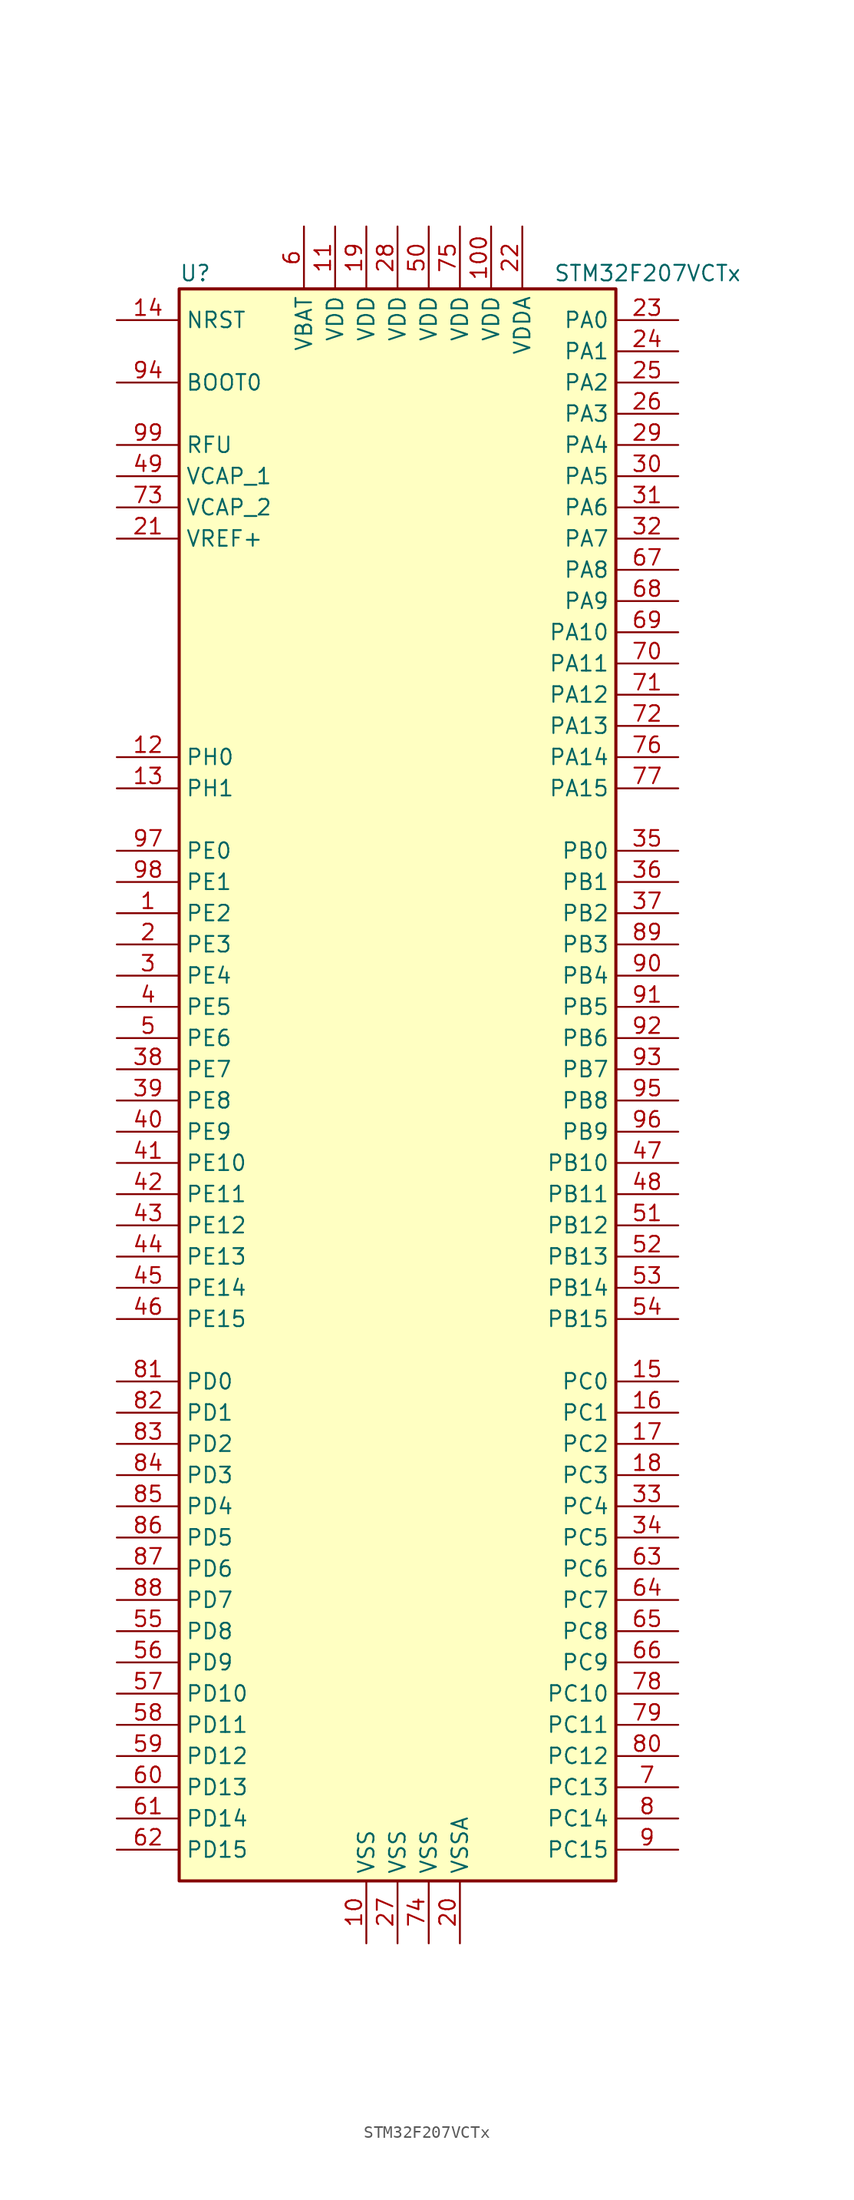
<source format=kicad_sym>
(kicad_symbol_lib
  (version 20201005)
  (generator kicad_symbol_editor)
  (symbol "STM32F207VCTx"
    (property "Reference" "U"
      (at -17.78 64.77 0)
      (effects (font (size 1.27 1.27)) (justify left)))
    (property "Value" "STM32F207VCTx"
      (at 12.7 64.77 0)
      (effects (font (size 1.27 1.27)) (justify left)))
    (symbol "STM32F207VCTx_0_1"
      (rectangle (start -17.78 -66.04) (end 17.78 63.5) (stroke (width 0.254)) (fill (type background))))
    (symbol "STM32F207VCTx_1_1"
      (pin input line (at -22.86 55.88 0) (length 5.08) (name "BOOT0" (effects (font (size 1.27 1.27)))) (number "94" (effects (font (size 1.27 1.27)))))
      (pin input line (at -22.86 60.96 0) (length 5.08) (name "NRST" (effects (font (size 1.27 1.27)))) (number "14" (effects (font (size 1.27 1.27)))))
      (pin bidirectional line (at 22.86 60.96 180) (length 5.08) (name "PA0" (effects (font (size 1.27 1.27)))) (number "23" (effects (font (size 1.27 1.27)))))
      (pin bidirectional line (at 22.86 58.42 180) (length 5.08) (name "PA1" (effects (font (size 1.27 1.27)))) (number "24" (effects (font (size 1.27 1.27)))))
      (pin bidirectional line (at 22.86 35.56 180) (length 5.08) (name "PA10" (effects (font (size 1.27 1.27)))) (number "69" (effects (font (size 1.27 1.27)))))
      (pin bidirectional line (at 22.86 33.02 180) (length 5.08) (name "PA11" (effects (font (size 1.27 1.27)))) (number "70" (effects (font (size 1.27 1.27)))))
      (pin bidirectional line (at 22.86 30.48 180) (length 5.08) (name "PA12" (effects (font (size 1.27 1.27)))) (number "71" (effects (font (size 1.27 1.27)))))
      (pin bidirectional line (at 22.86 27.94 180) (length 5.08) (name "PA13" (effects (font (size 1.27 1.27)))) (number "72" (effects (font (size 1.27 1.27)))))
      (pin bidirectional line (at 22.86 25.4 180) (length 5.08) (name "PA14" (effects (font (size 1.27 1.27)))) (number "76" (effects (font (size 1.27 1.27)))))
      (pin bidirectional line (at 22.86 22.86 180) (length 5.08) (name "PA15" (effects (font (size 1.27 1.27)))) (number "77" (effects (font (size 1.27 1.27)))))
      (pin bidirectional line (at 22.86 55.88 180) (length 5.08) (name "PA2" (effects (font (size 1.27 1.27)))) (number "25" (effects (font (size 1.27 1.27)))))
      (pin bidirectional line (at 22.86 53.34 180) (length 5.08) (name "PA3" (effects (font (size 1.27 1.27)))) (number "26" (effects (font (size 1.27 1.27)))))
      (pin bidirectional line (at 22.86 50.8 180) (length 5.08) (name "PA4" (effects (font (size 1.27 1.27)))) (number "29" (effects (font (size 1.27 1.27)))))
      (pin bidirectional line (at 22.86 48.26 180) (length 5.08) (name "PA5" (effects (font (size 1.27 1.27)))) (number "30" (effects (font (size 1.27 1.27)))))
      (pin bidirectional line (at 22.86 45.72 180) (length 5.08) (name "PA6" (effects (font (size 1.27 1.27)))) (number "31" (effects (font (size 1.27 1.27)))))
      (pin bidirectional line (at 22.86 43.18 180) (length 5.08) (name "PA7" (effects (font (size 1.27 1.27)))) (number "32" (effects (font (size 1.27 1.27)))))
      (pin bidirectional line (at 22.86 40.64 180) (length 5.08) (name "PA8" (effects (font (size 1.27 1.27)))) (number "67" (effects (font (size 1.27 1.27)))))
      (pin bidirectional line (at 22.86 38.1 180) (length 5.08) (name "PA9" (effects (font (size 1.27 1.27)))) (number "68" (effects (font (size 1.27 1.27)))))
      (pin bidirectional line (at 22.86 17.78 180) (length 5.08) (name "PB0" (effects (font (size 1.27 1.27)))) (number "35" (effects (font (size 1.27 1.27)))))
      (pin bidirectional line (at 22.86 15.24 180) (length 5.08) (name "PB1" (effects (font (size 1.27 1.27)))) (number "36" (effects (font (size 1.27 1.27)))))
      (pin bidirectional line (at 22.86 -7.62 180) (length 5.08) (name "PB10" (effects (font (size 1.27 1.27)))) (number "47" (effects (font (size 1.27 1.27)))))
      (pin bidirectional line (at 22.86 -10.16 180) (length 5.08) (name "PB11" (effects (font (size 1.27 1.27)))) (number "48" (effects (font (size 1.27 1.27)))))
      (pin bidirectional line (at 22.86 -12.7 180) (length 5.08) (name "PB12" (effects (font (size 1.27 1.27)))) (number "51" (effects (font (size 1.27 1.27)))))
      (pin bidirectional line (at 22.86 -15.24 180) (length 5.08) (name "PB13" (effects (font (size 1.27 1.27)))) (number "52" (effects (font (size 1.27 1.27)))))
      (pin bidirectional line (at 22.86 -17.78 180) (length 5.08) (name "PB14" (effects (font (size 1.27 1.27)))) (number "53" (effects (font (size 1.27 1.27)))))
      (pin bidirectional line (at 22.86 -20.32 180) (length 5.08) (name "PB15" (effects (font (size 1.27 1.27)))) (number "54" (effects (font (size 1.27 1.27)))))
      (pin bidirectional line (at 22.86 12.7 180) (length 5.08) (name "PB2" (effects (font (size 1.27 1.27)))) (number "37" (effects (font (size 1.27 1.27)))))
      (pin bidirectional line (at 22.86 10.16 180) (length 5.08) (name "PB3" (effects (font (size 1.27 1.27)))) (number "89" (effects (font (size 1.27 1.27)))))
      (pin bidirectional line (at 22.86 7.62 180) (length 5.08) (name "PB4" (effects (font (size 1.27 1.27)))) (number "90" (effects (font (size 1.27 1.27)))))
      (pin bidirectional line (at 22.86 5.08 180) (length 5.08) (name "PB5" (effects (font (size 1.27 1.27)))) (number "91" (effects (font (size 1.27 1.27)))))
      (pin bidirectional line (at 22.86 2.54 180) (length 5.08) (name "PB6" (effects (font (size 1.27 1.27)))) (number "92" (effects (font (size 1.27 1.27)))))
      (pin bidirectional line (at 22.86 0 180) (length 5.08) (name "PB7" (effects (font (size 1.27 1.27)))) (number "93" (effects (font (size 1.27 1.27)))))
      (pin bidirectional line (at 22.86 -2.54 180) (length 5.08) (name "PB8" (effects (font (size 1.27 1.27)))) (number "95" (effects (font (size 1.27 1.27)))))
      (pin bidirectional line (at 22.86 -5.08 180) (length 5.08) (name "PB9" (effects (font (size 1.27 1.27)))) (number "96" (effects (font (size 1.27 1.27)))))
      (pin bidirectional line (at 22.86 -25.4 180) (length 5.08) (name "PC0" (effects (font (size 1.27 1.27)))) (number "15" (effects (font (size 1.27 1.27)))))
      (pin bidirectional line (at 22.86 -27.94 180) (length 5.08) (name "PC1" (effects (font (size 1.27 1.27)))) (number "16" (effects (font (size 1.27 1.27)))))
      (pin bidirectional line (at 22.86 -50.8 180) (length 5.08) (name "PC10" (effects (font (size 1.27 1.27)))) (number "78" (effects (font (size 1.27 1.27)))))
      (pin bidirectional line (at 22.86 -53.34 180) (length 5.08) (name "PC11" (effects (font (size 1.27 1.27)))) (number "79" (effects (font (size 1.27 1.27)))))
      (pin bidirectional line (at 22.86 -55.88 180) (length 5.08) (name "PC12" (effects (font (size 1.27 1.27)))) (number "80" (effects (font (size 1.27 1.27)))))
      (pin bidirectional line (at 22.86 -58.42 180) (length 5.08) (name "PC13" (effects (font (size 1.27 1.27)))) (number "7" (effects (font (size 1.27 1.27)))))
      (pin bidirectional line (at 22.86 -60.96 180) (length 5.08) (name "PC14" (effects (font (size 1.27 1.27)))) (number "8" (effects (font (size 1.27 1.27)))))
      (pin bidirectional line (at 22.86 -63.5 180) (length 5.08) (name "PC15" (effects (font (size 1.27 1.27)))) (number "9" (effects (font (size 1.27 1.27)))))
      (pin bidirectional line (at 22.86 -30.48 180) (length 5.08) (name "PC2" (effects (font (size 1.27 1.27)))) (number "17" (effects (font (size 1.27 1.27)))))
      (pin bidirectional line (at 22.86 -33.02 180) (length 5.08) (name "PC3" (effects (font (size 1.27 1.27)))) (number "18" (effects (font (size 1.27 1.27)))))
      (pin bidirectional line (at 22.86 -35.56 180) (length 5.08) (name "PC4" (effects (font (size 1.27 1.27)))) (number "33" (effects (font (size 1.27 1.27)))))
      (pin bidirectional line (at 22.86 -38.1 180) (length 5.08) (name "PC5" (effects (font (size 1.27 1.27)))) (number "34" (effects (font (size 1.27 1.27)))))
      (pin bidirectional line (at 22.86 -40.64 180) (length 5.08) (name "PC6" (effects (font (size 1.27 1.27)))) (number "63" (effects (font (size 1.27 1.27)))))
      (pin bidirectional line (at 22.86 -43.18 180) (length 5.08) (name "PC7" (effects (font (size 1.27 1.27)))) (number "64" (effects (font (size 1.27 1.27)))))
      (pin bidirectional line (at 22.86 -45.72 180) (length 5.08) (name "PC8" (effects (font (size 1.27 1.27)))) (number "65" (effects (font (size 1.27 1.27)))))
      (pin bidirectional line (at 22.86 -48.26 180) (length 5.08) (name "PC9" (effects (font (size 1.27 1.27)))) (number "66" (effects (font (size 1.27 1.27)))))
      (pin bidirectional line (at -22.86 -25.4 0) (length 5.08) (name "PD0" (effects (font (size 1.27 1.27)))) (number "81" (effects (font (size 1.27 1.27)))))
      (pin bidirectional line (at -22.86 -27.94 0) (length 5.08) (name "PD1" (effects (font (size 1.27 1.27)))) (number "82" (effects (font (size 1.27 1.27)))))
      (pin bidirectional line (at -22.86 -50.8 0) (length 5.08) (name "PD10" (effects (font (size 1.27 1.27)))) (number "57" (effects (font (size 1.27 1.27)))))
      (pin bidirectional line (at -22.86 -53.34 0) (length 5.08) (name "PD11" (effects (font (size 1.27 1.27)))) (number "58" (effects (font (size 1.27 1.27)))))
      (pin bidirectional line (at -22.86 -55.88 0) (length 5.08) (name "PD12" (effects (font (size 1.27 1.27)))) (number "59" (effects (font (size 1.27 1.27)))))
      (pin bidirectional line (at -22.86 -58.42 0) (length 5.08) (name "PD13" (effects (font (size 1.27 1.27)))) (number "60" (effects (font (size 1.27 1.27)))))
      (pin bidirectional line (at -22.86 -60.96 0) (length 5.08) (name "PD14" (effects (font (size 1.27 1.27)))) (number "61" (effects (font (size 1.27 1.27)))))
      (pin bidirectional line (at -22.86 -63.5 0) (length 5.08) (name "PD15" (effects (font (size 1.27 1.27)))) (number "62" (effects (font (size 1.27 1.27)))))
      (pin bidirectional line (at -22.86 -30.48 0) (length 5.08) (name "PD2" (effects (font (size 1.27 1.27)))) (number "83" (effects (font (size 1.27 1.27)))))
      (pin bidirectional line (at -22.86 -33.02 0) (length 5.08) (name "PD3" (effects (font (size 1.27 1.27)))) (number "84" (effects (font (size 1.27 1.27)))))
      (pin bidirectional line (at -22.86 -35.56 0) (length 5.08) (name "PD4" (effects (font (size 1.27 1.27)))) (number "85" (effects (font (size 1.27 1.27)))))
      (pin bidirectional line (at -22.86 -38.1 0) (length 5.08) (name "PD5" (effects (font (size 1.27 1.27)))) (number "86" (effects (font (size 1.27 1.27)))))
      (pin bidirectional line (at -22.86 -40.64 0) (length 5.08) (name "PD6" (effects (font (size 1.27 1.27)))) (number "87" (effects (font (size 1.27 1.27)))))
      (pin bidirectional line (at -22.86 -43.18 0) (length 5.08) (name "PD7" (effects (font (size 1.27 1.27)))) (number "88" (effects (font (size 1.27 1.27)))))
      (pin bidirectional line (at -22.86 -45.72 0) (length 5.08) (name "PD8" (effects (font (size 1.27 1.27)))) (number "55" (effects (font (size 1.27 1.27)))))
      (pin bidirectional line (at -22.86 -48.26 0) (length 5.08) (name "PD9" (effects (font (size 1.27 1.27)))) (number "56" (effects (font (size 1.27 1.27)))))
      (pin bidirectional line (at -22.86 17.78 0) (length 5.08) (name "PE0" (effects (font (size 1.27 1.27)))) (number "97" (effects (font (size 1.27 1.27)))))
      (pin bidirectional line (at -22.86 15.24 0) (length 5.08) (name "PE1" (effects (font (size 1.27 1.27)))) (number "98" (effects (font (size 1.27 1.27)))))
      (pin bidirectional line (at -22.86 -7.62 0) (length 5.08) (name "PE10" (effects (font (size 1.27 1.27)))) (number "41" (effects (font (size 1.27 1.27)))))
      (pin bidirectional line (at -22.86 -10.16 0) (length 5.08) (name "PE11" (effects (font (size 1.27 1.27)))) (number "42" (effects (font (size 1.27 1.27)))))
      (pin bidirectional line (at -22.86 -12.7 0) (length 5.08) (name "PE12" (effects (font (size 1.27 1.27)))) (number "43" (effects (font (size 1.27 1.27)))))
      (pin bidirectional line (at -22.86 -15.24 0) (length 5.08) (name "PE13" (effects (font (size 1.27 1.27)))) (number "44" (effects (font (size 1.27 1.27)))))
      (pin bidirectional line (at -22.86 -17.78 0) (length 5.08) (name "PE14" (effects (font (size 1.27 1.27)))) (number "45" (effects (font (size 1.27 1.27)))))
      (pin bidirectional line (at -22.86 -20.32 0) (length 5.08) (name "PE15" (effects (font (size 1.27 1.27)))) (number "46" (effects (font (size 1.27 1.27)))))
      (pin bidirectional line (at -22.86 12.7 0) (length 5.08) (name "PE2" (effects (font (size 1.27 1.27)))) (number "1" (effects (font (size 1.27 1.27)))))
      (pin bidirectional line (at -22.86 10.16 0) (length 5.08) (name "PE3" (effects (font (size 1.27 1.27)))) (number "2" (effects (font (size 1.27 1.27)))))
      (pin bidirectional line (at -22.86 7.62 0) (length 5.08) (name "PE4" (effects (font (size 1.27 1.27)))) (number "3" (effects (font (size 1.27 1.27)))))
      (pin bidirectional line (at -22.86 5.08 0) (length 5.08) (name "PE5" (effects (font (size 1.27 1.27)))) (number "4" (effects (font (size 1.27 1.27)))))
      (pin bidirectional line (at -22.86 2.54 0) (length 5.08) (name "PE6" (effects (font (size 1.27 1.27)))) (number "5" (effects (font (size 1.27 1.27)))))
      (pin bidirectional line (at -22.86 0 0) (length 5.08) (name "PE7" (effects (font (size 1.27 1.27)))) (number "38" (effects (font (size 1.27 1.27)))))
      (pin bidirectional line (at -22.86 -2.54 0) (length 5.08) (name "PE8" (effects (font (size 1.27 1.27)))) (number "39" (effects (font (size 1.27 1.27)))))
      (pin bidirectional line (at -22.86 -5.08 0) (length 5.08) (name "PE9" (effects (font (size 1.27 1.27)))) (number "40" (effects (font (size 1.27 1.27)))))
      (pin input line (at -22.86 25.4 0) (length 5.08) (name "PH0" (effects (font (size 1.27 1.27)))) (number "12" (effects (font (size 1.27 1.27)))))
      (pin input line (at -22.86 22.86 0) (length 5.08) (name "PH1" (effects (font (size 1.27 1.27)))) (number "13" (effects (font (size 1.27 1.27)))))
      (pin power_in line (at -22.86 50.8 0) (length 5.08) (name "RFU" (effects (font (size 1.27 1.27)))) (number "99" (effects (font (size 1.27 1.27)))))
      (pin power_in line (at -7.62 68.58 270) (length 5.08) (name "VBAT" (effects (font (size 1.27 1.27)))) (number "6" (effects (font (size 1.27 1.27)))))
      (pin power_in line (at -22.86 48.26 0) (length 5.08) (name "VCAP_1" (effects (font (size 1.27 1.27)))) (number "49" (effects (font (size 1.27 1.27)))))
      (pin power_in line (at -22.86 45.72 0) (length 5.08) (name "VCAP_2" (effects (font (size 1.27 1.27)))) (number "73" (effects (font (size 1.27 1.27)))))
      (pin power_in line (at 7.62 68.58 270) (length 5.08) (name "VDD" (effects (font (size 1.27 1.27)))) (number "100" (effects (font (size 1.27 1.27)))))
      (pin power_in line (at -5.08 68.58 270) (length 5.08) (name "VDD" (effects (font (size 1.27 1.27)))) (number "11" (effects (font (size 1.27 1.27)))))
      (pin power_in line (at -2.54 68.58 270) (length 5.08) (name "VDD" (effects (font (size 1.27 1.27)))) (number "19" (effects (font (size 1.27 1.27)))))
      (pin power_in line (at 0 68.58 270) (length 5.08) (name "VDD" (effects (font (size 1.27 1.27)))) (number "28" (effects (font (size 1.27 1.27)))))
      (pin power_in line (at 2.54 68.58 270) (length 5.08) (name "VDD" (effects (font (size 1.27 1.27)))) (number "50" (effects (font (size 1.27 1.27)))))
      (pin power_in line (at 5.08 68.58 270) (length 5.08) (name "VDD" (effects (font (size 1.27 1.27)))) (number "75" (effects (font (size 1.27 1.27)))))
      (pin power_in line (at 10.16 68.58 270) (length 5.08) (name "VDDA" (effects (font (size 1.27 1.27)))) (number "22" (effects (font (size 1.27 1.27)))))
      (pin power_in line (at -22.86 43.18 0) (length 5.08) (name "VREF+" (effects (font (size 1.27 1.27)))) (number "21" (effects (font (size 1.27 1.27)))))
      (pin power_in line (at -2.54 -71.12 90) (length 5.08) (name "VSS" (effects (font (size 1.27 1.27)))) (number "10" (effects (font (size 1.27 1.27)))))
      (pin power_in line (at 0 -71.12 90) (length 5.08) (name "VSS" (effects (font (size 1.27 1.27)))) (number "27" (effects (font (size 1.27 1.27)))))
      (pin power_in line (at 2.54 -71.12 90) (length 5.08) (name "VSS" (effects (font (size 1.27 1.27)))) (number "74" (effects (font (size 1.27 1.27)))))
      (pin power_in line (at 5.08 -71.12 90) (length 5.08) (name "VSSA" (effects (font (size 1.27 1.27)))) (number "20" (effects (font (size 1.27 1.27))))))))
</source>
